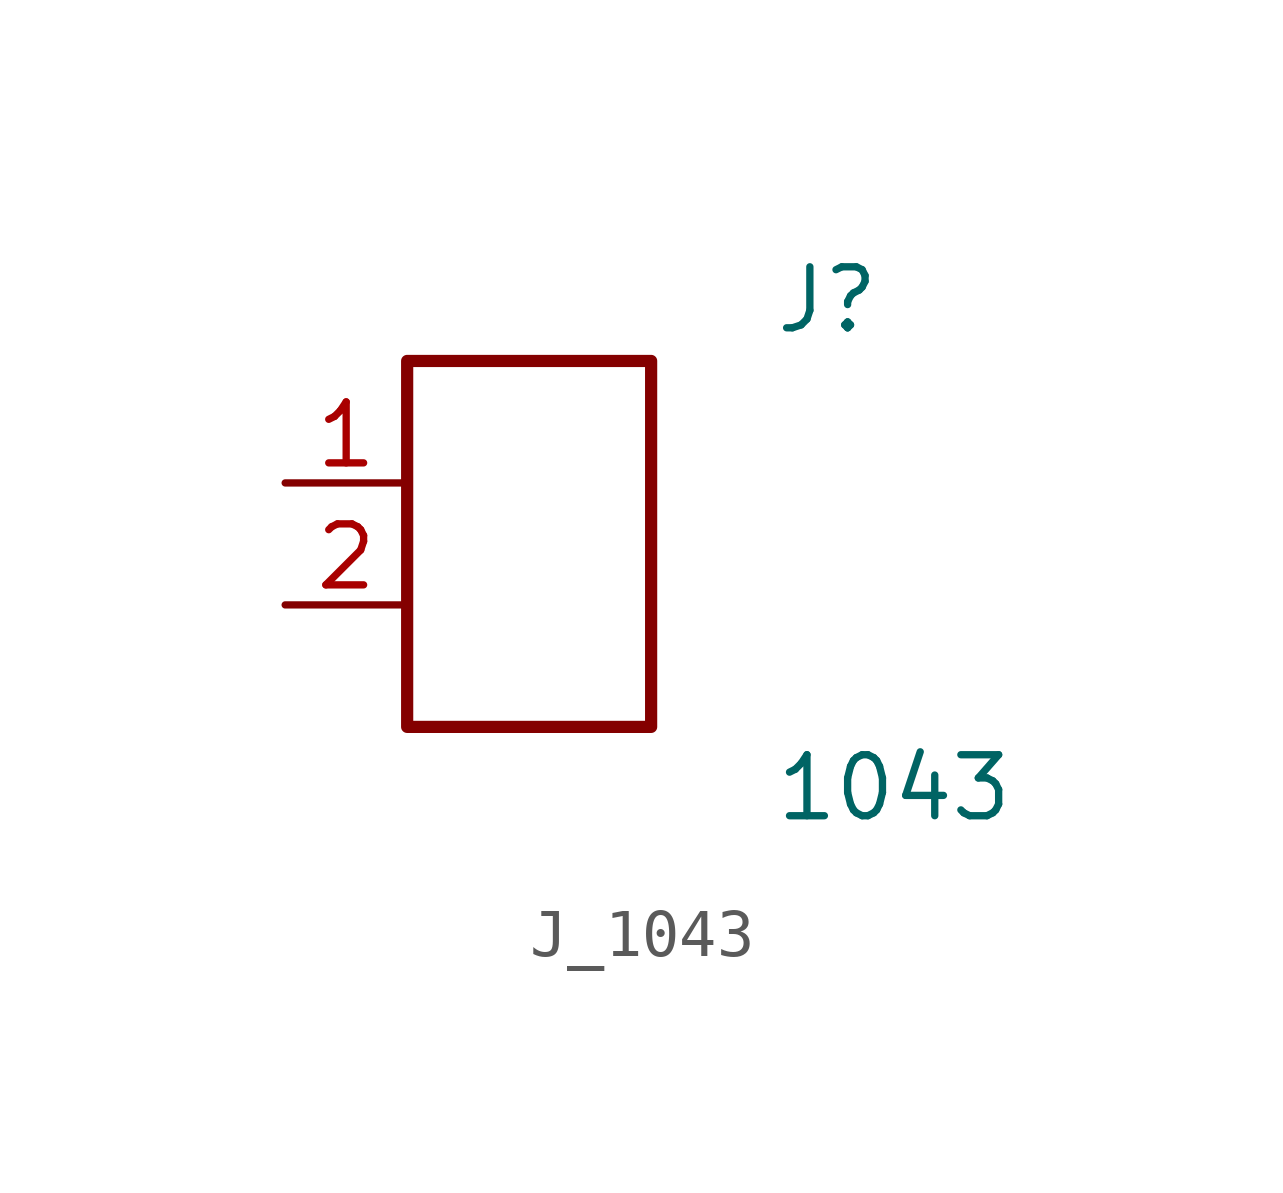
<source format=kicad_sym>
(kicad_symbol_lib
  (version 20231120)
  (generator kicad_symbol_editor)
  (generator_version 8.0)
  (symbol "J_1043"
    (pin_names
      (offset 0.254))
    (property "Reference" "J"
      (at 5.08 5.08 0)
      (effects (font (size 1.27 1.27)) (justify left)))
    (property "Value" "1043"
      (at 5.08 -5.08 0)
      (effects (font (size 1.27 1.27)) (justify left)))
    (symbol "J_1043_0_0"
      (pin unspecified line (at -5.08 1.27 0) (length 2.54) (name "" (effects (font (size 1.27 1.27)))) (number "1" (effects (font (size 1.27 1.27)))))
      (pin unspecified line (at -5.08 -1.27 0) (length 2.54) (name "" (effects (font (size 1.27 1.27)))) (number "2" (effects (font (size 1.27 1.27))))))
    (symbol "J_1043_1_0"
      (rectangle (start -2.54 3.81) (end 2.54 -3.81) (stroke (width 0.254) (type solid)) (fill (type none))))))
</source>
